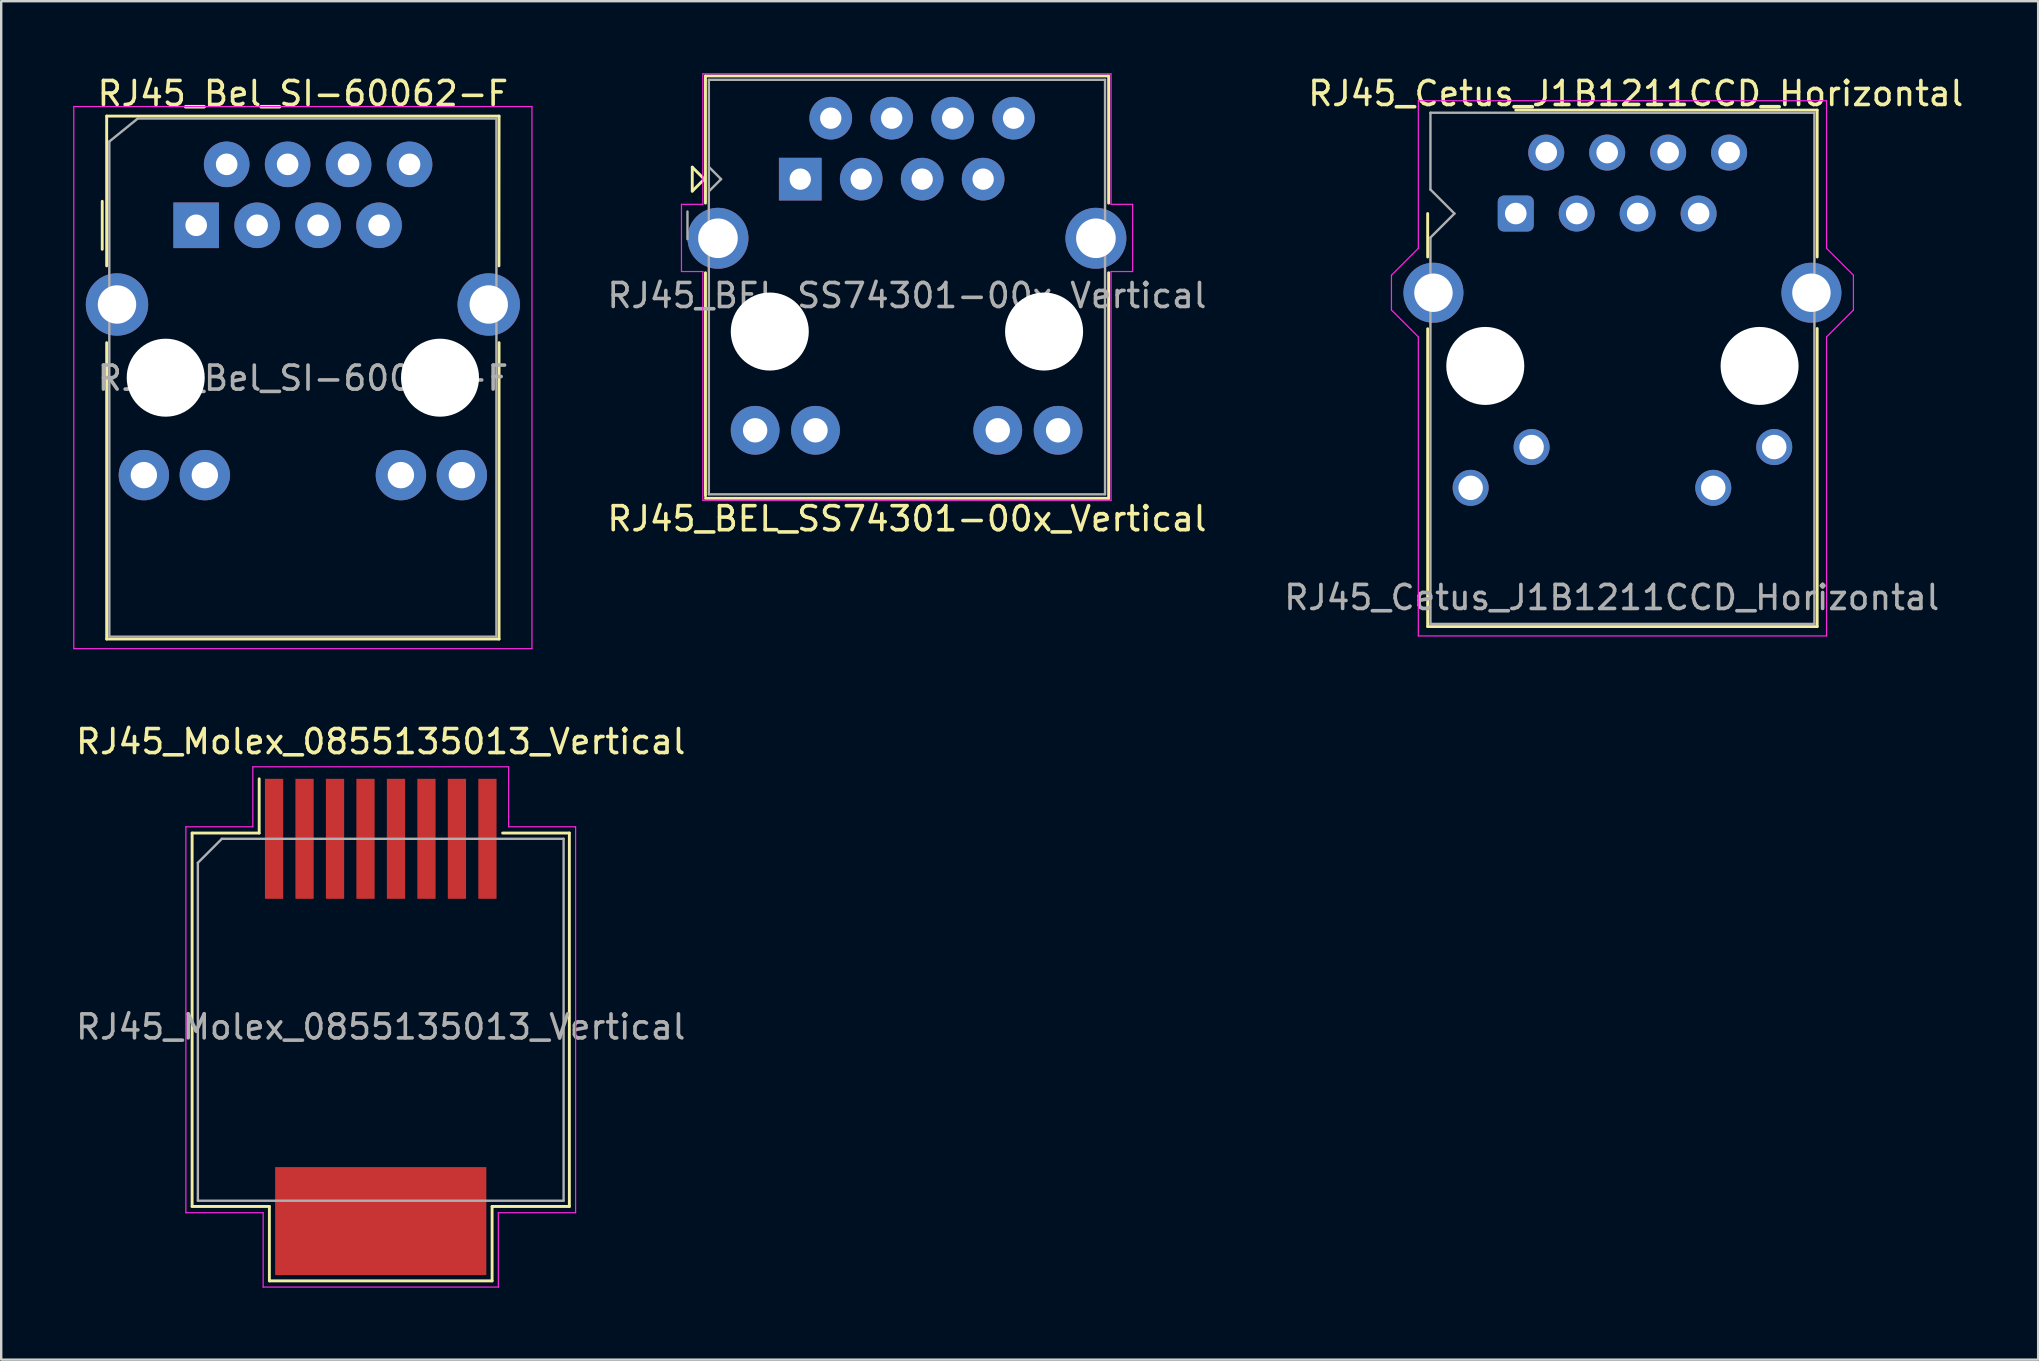
<source format=kicad_pcb>
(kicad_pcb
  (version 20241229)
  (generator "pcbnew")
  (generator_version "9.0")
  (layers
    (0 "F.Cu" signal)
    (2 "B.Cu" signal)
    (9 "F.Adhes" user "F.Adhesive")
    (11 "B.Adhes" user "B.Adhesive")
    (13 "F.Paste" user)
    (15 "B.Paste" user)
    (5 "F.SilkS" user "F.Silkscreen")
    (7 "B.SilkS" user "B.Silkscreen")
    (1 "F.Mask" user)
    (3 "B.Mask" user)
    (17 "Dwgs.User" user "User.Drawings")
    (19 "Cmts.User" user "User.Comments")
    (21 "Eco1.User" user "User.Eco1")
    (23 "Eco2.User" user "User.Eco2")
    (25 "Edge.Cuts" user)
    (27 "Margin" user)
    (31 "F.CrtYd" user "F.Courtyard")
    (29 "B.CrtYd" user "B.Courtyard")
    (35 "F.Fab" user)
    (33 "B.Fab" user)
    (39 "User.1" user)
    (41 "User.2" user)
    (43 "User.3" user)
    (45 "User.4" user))
  (footprint "RJ45_Molex_0855135013_Vertical"
    (layer "F.Cu")
    (at 12.815 39.742)
    (property "Reference" "RJ45_Molex_0855135013_Vertical" (at 0 -11.89 0) (layer "F.SilkS") (effects (font (size 1 1) (thickness 0.15))))
    (attr smd)
    (fp_line (start -7.86 -8.08) (end -7.86 7.48) (stroke (width 0.12) (type solid)) (layer "F.SilkS"))
    (fp_line (start -7.86 -8.08) (end -5.065 -8.08) (stroke (width 0.12) (type solid)) (layer "F.SilkS"))
    (fp_line (start -7.86 7.48) (end -4.64 7.48) (stroke (width 0.12) (type solid)) (layer "F.SilkS"))
    (fp_line (start -5.065 -8.08) (end -5.065 -10.34) (stroke (width 0.12) (type solid)) (layer "F.SilkS"))
    (fp_line (start -4.64 7.48) (end -4.64 10.58) (stroke (width 0.12) (type solid)) (layer "F.SilkS"))
    (fp_line (start -4.64 10.58) (end 4.64 10.58) (stroke (width 0.12) (type solid)) (layer "F.SilkS"))
    (fp_line (start 4.64 7.48) (end 7.86 7.48) (stroke (width 0.12) (type solid)) (layer "F.SilkS"))
    (fp_line (start 4.64 10.58) (end 4.64 7.48) (stroke (width 0.12) (type solid)) (layer "F.SilkS"))
    (fp_line (start 7.86 -8.08) (end 5.08 -8.08) (stroke (width 0.12) (type solid)) (layer "F.SilkS"))
    (fp_line (start 7.86 7.48) (end 7.86 -8.08) (stroke (width 0.12) (type solid)) (layer "F.SilkS"))
    (fp_line (start -8.12 -8.34) (end -5.33 -8.34) (stroke (width 0.05) (type solid)) (layer "F.CrtYd"))
    (fp_line (start -8.12 7.74) (end -8.12 -8.34) (stroke (width 0.05) (type solid)) (layer "F.CrtYd"))
    (fp_line (start -8.12 7.74) (end -4.9 7.74) (stroke (width 0.05) (type solid)) (layer "F.CrtYd"))
    (fp_line (start -5.33 -10.84) (end 5.33 -10.84) (stroke (width 0.05) (type solid)) (layer "F.CrtYd"))
    (fp_line (start -5.33 -8.34) (end -5.33 -10.84) (stroke (width 0.05) (type solid)) (layer "F.CrtYd"))
    (fp_line (start -4.9 7.74) (end -4.9 10.84) (stroke (width 0.05) (type solid)) (layer "F.CrtYd"))
    (fp_line (start -4.9 10.84) (end 4.9 10.84) (stroke (width 0.05) (type solid)) (layer "F.CrtYd"))
    (fp_line (start 4.9 7.74) (end 4.9 10.84) (stroke (width 0.05) (type solid)) (layer "F.CrtYd"))
    (fp_line (start 4.9 7.74) (end 8.12 7.74) (stroke (width 0.05) (type solid)) (layer "F.CrtYd"))
    (fp_line (start 5.33 -10.84) (end 5.33 -8.34) (stroke (width 0.05) (type solid)) (layer "F.CrtYd"))
    (fp_line (start 5.33 -8.34) (end 8.12 -8.34) (stroke (width 0.05) (type solid)) (layer "F.CrtYd"))
    (fp_line (start 8.12 7.74) (end 8.12 -8.34) (stroke (width 0.05) (type solid)) (layer "F.CrtYd"))
    (fp_line (start -7.62 -6.84) (end -6.62 -7.84) (stroke (width 0.1) (type solid)) (layer "F.Fab"))
    (fp_line (start -7.62 7.24) (end -7.62 -6.84) (stroke (width 0.1) (type solid)) (layer "F.Fab"))
    (fp_line (start -6.62 -7.84) (end 7.62 -7.84) (stroke (width 0.1) (type solid)) (layer "F.Fab"))
    (fp_line (start 7.62 7.24) (end -7.62 7.24) (stroke (width 0.1) (type solid)) (layer "F.Fab"))
    (fp_line (start 7.62 7.24) (end 7.62 -7.84) (stroke (width 0.1) (type solid)) (layer "F.Fab"))
    (fp_text user "${REFERENCE}" (at 0 0 0) (layer "F.Fab") (effects (font (size 1 1) (thickness 0.15))))
    (pad "1" smd rect (at -4.445 -7.84 180) (size 0.76 5) (layers "F.Cu" "F.Mask" "F.Paste"))
    (pad "2" smd rect (at -3.175 -7.84 180) (size 0.76 5) (layers "F.Cu" "F.Mask" "F.Paste"))
    (pad "3" smd rect (at -1.905 -7.84 180) (size 0.76 5) (layers "F.Cu" "F.Mask" "F.Paste"))
    (pad "4" smd rect (at -0.635 -7.84 180) (size 0.76 5) (layers "F.Cu" "F.Mask" "F.Paste"))
    (pad "5" smd rect (at 0.635 -7.84 180) (size 0.76 5) (layers "F.Cu" "F.Mask" "F.Paste"))
    (pad "6" smd rect (at 1.905 -7.84 180) (size 0.76 5) (layers "F.Cu" "F.Mask" "F.Paste"))
    (pad "7" smd rect (at 3.175 -7.84 180) (size 0.76 5) (layers "F.Cu" "F.Mask" "F.Paste"))
    (pad "8" smd rect (at 4.445 -7.84 180) (size 0.76 5) (layers "F.Cu" "F.Mask" "F.Paste"))
    (pad "L" smd rect (at 0 8.09 180) (size 8.8 4.5) (layers "F.Cu" "F.Mask" "F.Paste")))
  (footprint "RJ45_Bel_SI-60062-F"
    (layer "F.Cu")
    (at 5.125 6.338)
    (property "Reference" "RJ45_Bel_SI-60062-F" (at 4.445 -5.49 0) (layer "F.SilkS") (effects (font (size 1 1) (thickness 0.15))))
    (attr through_hole)
    (fp_line (start -3.915 -1) (end -3.915 1) (stroke (width 0.12) (type solid)) (layer "F.SilkS"))
    (fp_line (start -3.73 -4.55) (end 12.62 -4.55) (stroke (width 0.12) (type solid)) (layer "F.SilkS"))
    (fp_line (start -3.73 1.69) (end -3.73 -4.55) (stroke (width 0.12) (type solid)) (layer "F.SilkS"))
    (fp_line (start -3.73 17.24) (end -3.73 4.89) (stroke (width 0.12) (type solid)) (layer "F.SilkS"))
    (fp_line (start 12.62 -4.55) (end 12.615 1.69) (stroke (width 0.12) (type solid)) (layer "F.SilkS"))
    (fp_line (start 12.62 4.89) (end 12.62 17.24) (stroke (width 0.12) (type solid)) (layer "F.SilkS"))
    (fp_line (start 12.62 17.24) (end -3.73 17.24) (stroke (width 0.12) (type solid)) (layer "F.SilkS"))
    (fp_line (start -5.1 -4.95) (end -5.1 17.64) (stroke (width 0.05) (type solid)) (layer "F.CrtYd"))
    (fp_line (start -5.1 17.64) (end 13.99 17.64) (stroke (width 0.05) (type solid)) (layer "F.CrtYd"))
    (fp_line (start 13.99 -4.95) (end -5.1 -4.95) (stroke (width 0.05) (type solid)) (layer "F.CrtYd"))
    (fp_line (start 13.99 17.64) (end 13.99 -4.95) (stroke (width 0.05) (type solid)) (layer "F.CrtYd"))
    (fp_line (start -3.62 -3.49) (end -2.435 -4.45) (stroke (width 0.1) (type solid)) (layer "F.Fab"))
    (fp_line (start -3.62 17.14) (end -3.62 -3.49) (stroke (width 0.1) (type solid)) (layer "F.Fab"))
    (fp_line (start -2.435 -4.45) (end 12.51 -4.45) (stroke (width 0.1) (type solid)) (layer "F.Fab"))
    (fp_line (start 12.51 -4.45) (end 12.51 17.14) (stroke (width 0.1) (type solid)) (layer "F.Fab"))
    (fp_line (start 12.51 17.14) (end -3.62 17.14) (stroke (width 0.1) (type solid)) (layer "F.Fab"))
    (fp_text user "${REFERENCE}" (at 4.445 6.37 0) (layer "F.Fab") (effects (font (size 1 1) (thickness 0.15))))
    (pad "" np_thru_hole circle (at -1.27 6.35) (size 3.25 3.25) (drill 3.25) (layers "*.Cu" "*.Mask"))
    (pad "" np_thru_hole circle (at 10.16 6.35) (size 3.25 3.25) (drill 3.25) (layers "*.Cu" "*.Mask"))
    (pad "1" thru_hole rect (at 0 0) (size 1.9 1.9) (drill 0.9) (layers "*.Cu" "*.Mask"))
    (pad "2" thru_hole circle (at 1.27 -2.54) (size 1.9 1.9) (drill 0.9) (layers "*.Cu" "*.Mask"))
    (pad "3" thru_hole circle (at 2.54 0) (size 1.9 1.9) (drill 0.9) (layers "*.Cu" "*.Mask"))
    (pad "4" thru_hole circle (at 3.81 -2.54) (size 1.9 1.9) (drill 0.9) (layers "*.Cu" "*.Mask"))
    (pad "5" thru_hole circle (at 5.08 0) (size 1.9 1.9) (drill 0.9) (layers "*.Cu" "*.Mask"))
    (pad "6" thru_hole circle (at 6.35 -2.54) (size 1.9 1.9) (drill 0.9) (layers "*.Cu" "*.Mask"))
    (pad "7" thru_hole circle (at 7.62 0) (size 1.9 1.9) (drill 0.9) (layers "*.Cu" "*.Mask"))
    (pad "8" thru_hole circle (at 8.89 -2.54) (size 1.9 1.9) (drill 0.9) (layers "*.Cu" "*.Mask"))
    (pad "L1" thru_hole circle (at -2.18 10.41) (size 2.1 2.1) (drill 1.1) (layers "*.Cu" "*.Mask"))
    (pad "L2" thru_hole circle (at 0.36 10.41) (size 2.1 2.1) (drill 1.1) (layers "*.Cu" "*.Mask"))
    (pad "L3" thru_hole circle (at 8.53 10.41) (size 2.1 2.1) (drill 1.1) (layers "*.Cu" "*.Mask"))
    (pad "L4" thru_hole circle (at 11.07 10.41) (size 2.1 2.1) (drill 1.1) (layers "*.Cu" "*.Mask"))
    (pad "SH" thru_hole circle (at -3.3 3.3) (size 2.6 2.6) (drill 1.6) (layers "*.Cu" "*.Mask"))
    (pad "SH" thru_hole circle (at 12.19 3.3) (size 2.6 2.6) (drill 1.6) (layers "*.Cu" "*.Mask")))
  (footprint "RJ45_Cetus_J1B1211CCD_Horizontal"
    (layer "F.Cu")
    (at 60.11 5.848)
    (property "Reference" "RJ45_Cetus_J1B1211CCD_Horizontal" (at 5 -5 0) (layer "F.SilkS") (effects (font (size 1 1) (thickness 0.15))))
    (attr through_hole)
    (fp_line (start -3.67 0) (end -3.67 1.81) (stroke (width 0.12) (type solid)) (layer "F.SilkS"))
    (fp_line (start -3.67 4.8) (end -3.67 17.21) (stroke (width 0.12) (type solid)) (layer "F.SilkS"))
    (fp_line (start 0 -4.31) (end 12.56 -4.31) (stroke (width 0.12) (type solid)) (layer "F.SilkS"))
    (fp_line (start 12.56 -4.31) (end 12.56 1.81) (stroke (width 0.12) (type solid)) (layer "F.SilkS"))
    (fp_line (start 12.56 4.79) (end 12.56 17.21) (stroke (width 0.12) (type solid)) (layer "F.SilkS"))
    (fp_line (start 12.56 17.21) (end -3.67 17.21) (stroke (width 0.12) (type solid)) (layer "F.SilkS"))
    (fp_line (start -5.18 4.02) (end -5.18 2.57) (stroke (width 0.05) (type solid)) (layer "F.CrtYd"))
    (fp_line (start -5.18 4.02) (end -4.06 5.14) (stroke (width 0.05) (type solid)) (layer "F.CrtYd"))
    (fp_line (start -4.06 -4.7) (end 12.95 -4.7) (stroke (width 0.05) (type solid)) (layer "F.CrtYd"))
    (fp_line (start -4.06 1.45) (end -5.18 2.57) (stroke (width 0.05) (type solid)) (layer "F.CrtYd"))
    (fp_line (start -4.06 1.45) (end -4.06 -4.7) (stroke (width 0.05) (type solid)) (layer "F.CrtYd"))
    (fp_line (start -4.06 5.14) (end -4.06 17.6) (stroke (width 0.05) (type solid)) (layer "F.CrtYd"))
    (fp_line (start -4.06 17.6) (end 12.95 17.6) (stroke (width 0.05) (type solid)) (layer "F.CrtYd"))
    (fp_line (start 12.95 1.45) (end 12.95 -4.7) (stroke (width 0.05) (type solid)) (layer "F.CrtYd"))
    (fp_line (start 12.95 1.45) (end 14.07 2.57) (stroke (width 0.05) (type solid)) (layer "F.CrtYd"))
    (fp_line (start 12.95 5.14) (end 12.95 17.6) (stroke (width 0.05) (type solid)) (layer "F.CrtYd"))
    (fp_line (start 14.07 4.02) (end 12.95 5.14) (stroke (width 0.05) (type solid)) (layer "F.CrtYd"))
    (fp_line (start 14.07 4.02) (end 14.07 2.57) (stroke (width 0.05) (type solid)) (layer "F.CrtYd"))
    (fp_line (start -3.555 -4.2) (end -3.555 -1) (stroke (width 0.1) (type solid)) (layer "F.Fab"))
    (fp_line (start -3.555 -4.2) (end 12.445 -4.2) (stroke (width 0.1) (type solid)) (layer "F.Fab"))
    (fp_line (start -3.555 1) (end -3.555 17.1) (stroke (width 0.1) (type solid)) (layer "F.Fab"))
    (fp_line (start -3.555 17.1) (end 12.445 17.1) (stroke (width 0.1) (type solid)) (layer "F.Fab"))
    (fp_line (start -2.555 0) (end -3.555 -1) (stroke (width 0.1) (type solid)) (layer "F.Fab"))
    (fp_line (start -2.555 0) (end -3.555 1) (stroke (width 0.1) (type solid)) (layer "F.Fab"))
    (fp_line (start 12.445 -4.2) (end 12.445 17.1) (stroke (width 0.1) (type solid)) (layer "F.Fab"))
    (fp_text user "${REFERENCE}" (at 4 16 0) (layer "F.Fab") (effects (font (size 1 1) (thickness 0.15))))
    (pad "" np_thru_hole circle (at -1.27 6.35) (size 3.25 3.25) (drill 3.25) (layers "*.Cu" "*.Mask"))
    (pad "" np_thru_hole circle (at 10.16 6.35) (size 3.25 3.25) (drill 3.25) (layers "*.Cu" "*.Mask"))
    (pad "1" thru_hole roundrect (at 0 0) (size 1.5 1.5) (drill 0.9) (layers "*.Cu" "*.Mask") (roundrect_rratio 0.167))
    (pad "2" thru_hole circle (at 1.27 -2.54) (size 1.5 1.5) (drill 0.9) (layers "*.Cu" "*.Mask"))
    (pad "3" thru_hole circle (at 2.54 0) (size 1.5 1.5) (drill 0.9) (layers "*.Cu" "*.Mask"))
    (pad "4" thru_hole circle (at 3.81 -2.54) (size 1.5 1.5) (drill 0.9) (layers "*.Cu" "*.Mask"))
    (pad "5" thru_hole circle (at 5.08 0) (size 1.5 1.5) (drill 0.9) (layers "*.Cu" "*.Mask"))
    (pad "6" thru_hole circle (at 6.35 -2.54) (size 1.5 1.5) (drill 0.9) (layers "*.Cu" "*.Mask"))
    (pad "7" thru_hole circle (at 7.62 0) (size 1.5 1.5) (drill 0.9) (layers "*.Cu" "*.Mask"))
    (pad "8" thru_hole circle (at 8.89 -2.54) (size 1.5 1.5) (drill 0.9) (layers "*.Cu" "*.Mask"))
    (pad "9" thru_hole circle (at -1.88 11.43) (size 1.5 1.5) (drill 1.02) (layers "*.Cu" "*.Mask"))
    (pad "10" thru_hole circle (at 0.66 9.73) (size 1.5 1.5) (drill 1.02) (layers "*.Cu" "*.Mask"))
    (pad "11" thru_hole circle (at 8.23 11.43) (size 1.5 1.5) (drill 1.02) (layers "*.Cu" "*.Mask"))
    (pad "12" thru_hole circle (at 10.77 9.73) (size 1.5 1.5) (drill 1.02) (layers "*.Cu" "*.Mask"))
    (pad "13" thru_hole circle (at -3.43 3.3) (size 2.5 2.5) (drill 1.6) (layers "*.Cu" "*.Mask"))
    (pad "13" thru_hole circle (at 12.32 3.3) (size 2.5 2.5) (drill 1.6) (layers "*.Cu" "*.Mask")))
  (footprint "RJ45_BEL_SS74301-00x_Vertical"
    (layer "F.Cu")
    (at 30.296 4.415)
    (property "Reference" "RJ45_BEL_SS74301-00x_Vertical" (at 4.445 14.15 0) (layer "F.SilkS") (effects (font (size 1 1) (thickness 0.15))))
    (attr through_hole)
    (fp_line (start -4.5 -0.5) (end -4.5 0.5) (stroke (width 0.12) (type solid)) (layer "F.SilkS"))
    (fp_line (start -4.5 0.5) (end -4 0) (stroke (width 0.12) (type solid)) (layer "F.SilkS"))
    (fp_line (start -4 0) (end -4.5 -0.5) (stroke (width 0.12) (type solid)) (layer "F.SilkS"))
    (fp_line (start -3.95 -4.3) (end -3.95 1) (stroke (width 0.12) (type solid)) (layer "F.SilkS"))
    (fp_line (start -3.95 -4.3) (end 12.85 -4.3) (stroke (width 0.12) (type solid)) (layer "F.SilkS"))
    (fp_line (start -3.95 13.2) (end -3.95 3.9) (stroke (width 0.12) (type solid)) (layer "F.SilkS"))
    (fp_line (start -3.95 13.3) (end 12.85 13.3) (stroke (width 0.12) (type solid)) (layer "F.SilkS"))
    (fp_line (start 12.85 -4.3) (end 12.85 1) (stroke (width 0.12) (type solid)) (layer "F.SilkS"))
    (fp_line (start 12.85 13.3) (end 12.85 3.9) (stroke (width 0.12) (type solid)) (layer "F.SilkS"))
    (fp_line (start -4.95 3.85) (end -4.95 1.05) (stroke (width 0.05) (type solid)) (layer "F.CrtYd"))
    (fp_line (start -4.06 -4.39) (end 12.95 -4.39) (stroke (width 0.05) (type solid)) (layer "F.CrtYd"))
    (fp_line (start -4.06 1.05) (end -4.95 1.05) (stroke (width 0.05) (type solid)) (layer "F.CrtYd"))
    (fp_line (start -4.06 1.05) (end -4.06 -4.39) (stroke (width 0.05) (type solid)) (layer "F.CrtYd"))
    (fp_line (start -4.06 3.85) (end -4.95 3.85) (stroke (width 0.05) (type solid)) (layer "F.CrtYd"))
    (fp_line (start -4.06 13.38) (end -4.06 3.85) (stroke (width 0.05) (type solid)) (layer "F.CrtYd"))
    (fp_line (start 12.95 1.05) (end 12.95 -4.39) (stroke (width 0.05) (type solid)) (layer "F.CrtYd"))
    (fp_line (start 12.95 1.05) (end 13.85 1.05) (stroke (width 0.05) (type solid)) (layer "F.CrtYd"))
    (fp_line (start 12.95 3.85) (end 12.95 13.38) (stroke (width 0.05) (type solid)) (layer "F.CrtYd"))
    (fp_line (start 12.95 3.85) (end 13.85 3.85) (stroke (width 0.05) (type solid)) (layer "F.CrtYd"))
    (fp_line (start 12.95 13.38) (end -4.06 13.38) (stroke (width 0.05) (type solid)) (layer "F.CrtYd"))
    (fp_line (start 13.85 3.85) (end 13.85 1.05) (stroke (width 0.05) (type solid)) (layer "F.CrtYd"))
    (fp_line (start -4.7 2.5) (end -4.7 1.35) (stroke (width 0.1) (type solid)) (layer "F.Fab"))
    (fp_line (start -3.81 -4.14) (end -3.81 13.132) (stroke (width 0.1) (type solid)) (layer "F.Fab"))
    (fp_line (start -3.81 -4.14) (end 12.7 -4.14) (stroke (width 0.1) (type solid)) (layer "F.Fab"))
    (fp_line (start -3.81 13.132) (end 12.7 13.132) (stroke (width 0.1) (type solid)) (layer "F.Fab"))
    (fp_line (start -3.8 -0.5) (end -3.3 0) (stroke (width 0.1) (type solid)) (layer "F.Fab"))
    (fp_line (start -3.8 0.5) (end -3.3 0) (stroke (width 0.1) (type solid)) (layer "F.Fab"))
    (fp_line (start 12.7 -4.14) (end 12.7 13.132) (stroke (width 0.1) (type solid)) (layer "F.Fab"))
    (fp_text user "${REFERENCE}" (at 4.445 4.85 0) (layer "F.Fab") (effects (font (size 1 1) (thickness 0.15))))
    (pad "" np_thru_hole circle (at -1.27 6.35) (size 3.251 3.251) (drill 3.251) (layers "*.Cu" "*.Mask"))
    (pad "" np_thru_hole circle (at 10.16 6.35) (size 3.251 3.251) (drill 3.251) (layers "*.Cu" "*.Mask"))
    (pad "1" thru_hole rect (at 0 0) (size 1.778 1.778) (drill 0.889) (layers "*.Cu" "*.Mask"))
    (pad "2" thru_hole circle (at 1.27 -2.54) (size 1.778 1.778) (drill 0.889) (layers "*.Cu" "*.Mask"))
    (pad "3" thru_hole circle (at 2.54 0) (size 1.778 1.778) (drill 0.889) (layers "*.Cu" "*.Mask"))
    (pad "4" thru_hole circle (at 3.81 -2.54) (size 1.778 1.778) (drill 0.889) (layers "*.Cu" "*.Mask"))
    (pad "5" thru_hole circle (at 5.08 0) (size 1.778 1.778) (drill 0.889) (layers "*.Cu" "*.Mask"))
    (pad "6" thru_hole circle (at 6.35 -2.54) (size 1.778 1.778) (drill 0.889) (layers "*.Cu" "*.Mask"))
    (pad "7" thru_hole circle (at 7.62 0) (size 1.778 1.778) (drill 0.889) (layers "*.Cu" "*.Mask"))
    (pad "8" thru_hole circle (at 8.89 -2.54) (size 1.778 1.778) (drill 0.889) (layers "*.Cu" "*.Mask"))
    (pad "9" thru_hole circle (at 10.744 10.465) (size 2.032 2.032) (drill 1.016) (layers "*.Cu" "*.Mask"))
    (pad "10" thru_hole circle (at 8.23 10.465) (size 2.032 2.032) (drill 1.016) (layers "*.Cu" "*.Mask"))
    (pad "11" thru_hole circle (at 0.635 10.465) (size 2.032 2.032) (drill 1.016) (layers "*.Cu" "*.Mask"))
    (pad "12" thru_hole circle (at -1.88 10.465) (size 2.032 2.032) (drill 1.016) (layers "*.Cu" "*.Mask"))
    (pad "SH" thru_hole circle (at -3.429 2.464) (size 2.54 2.54) (drill 1.651) (layers "*.Cu" "*.Mask"))
    (pad "SH" thru_hole circle (at 12.319 2.464) (size 2.54 2.54) (drill 1.651) (layers "*.Cu" "*.Mask")))
  (gr_rect
    (start -3 -3)
    (end 81.878 53.606)
    (stroke (width 0.1) (type default))
    (fill no)
    (layer "Edge.Cuts")))
</source>
